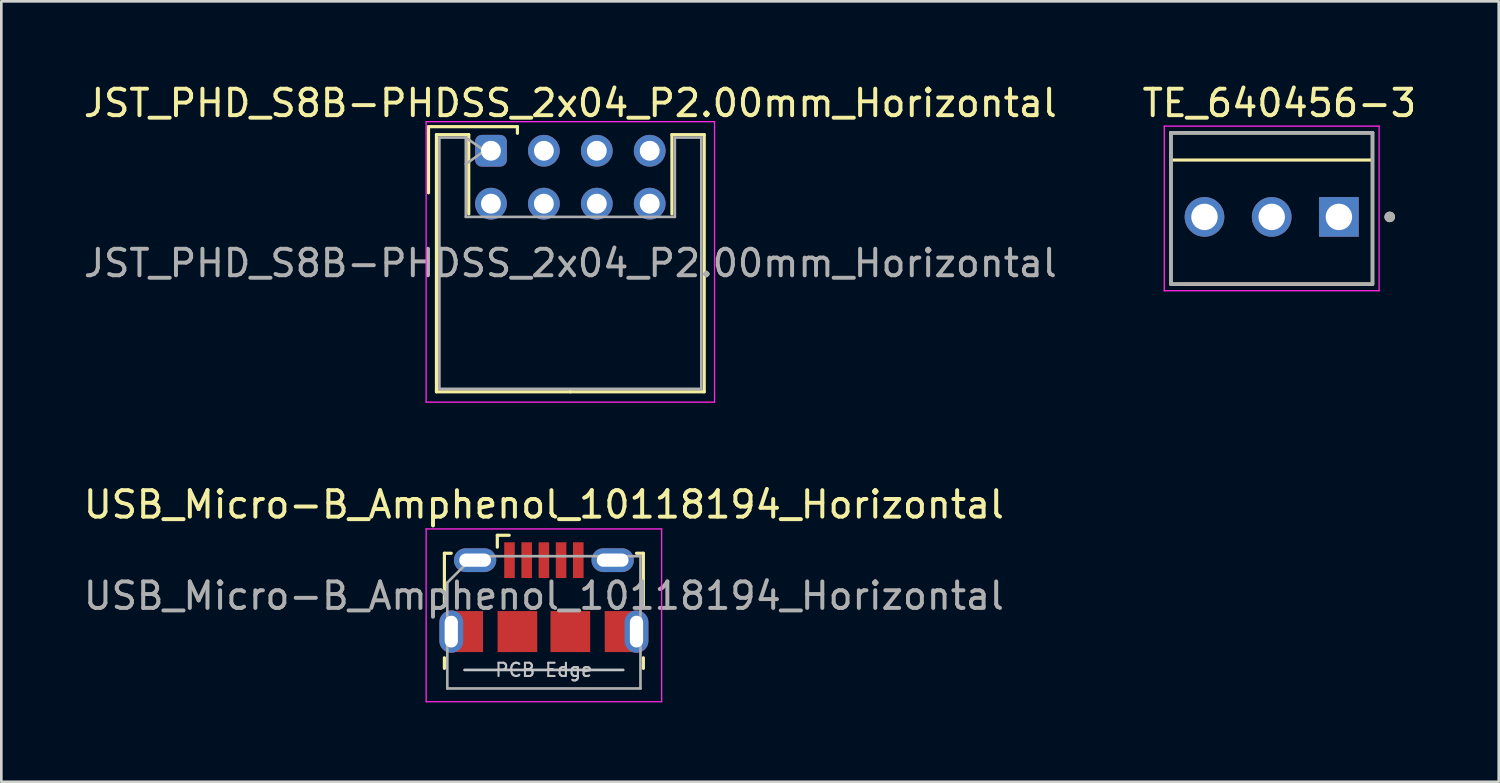
<source format=kicad_pcb>
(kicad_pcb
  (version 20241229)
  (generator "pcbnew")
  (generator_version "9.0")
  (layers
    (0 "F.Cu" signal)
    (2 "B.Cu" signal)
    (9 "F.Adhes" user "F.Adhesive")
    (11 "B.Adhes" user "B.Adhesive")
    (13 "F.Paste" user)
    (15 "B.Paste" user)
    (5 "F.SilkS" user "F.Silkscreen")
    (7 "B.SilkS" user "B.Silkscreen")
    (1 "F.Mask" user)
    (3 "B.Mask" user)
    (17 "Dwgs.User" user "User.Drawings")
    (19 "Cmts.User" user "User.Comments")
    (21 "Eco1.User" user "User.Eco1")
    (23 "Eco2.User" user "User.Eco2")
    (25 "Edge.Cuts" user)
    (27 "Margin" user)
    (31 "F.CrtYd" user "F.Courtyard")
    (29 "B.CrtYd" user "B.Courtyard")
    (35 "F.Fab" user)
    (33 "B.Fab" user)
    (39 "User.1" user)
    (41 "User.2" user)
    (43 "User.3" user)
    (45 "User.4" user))
  (footprint "USB_Micro-B_Amphenol_10118194_Horizontal"
    (layer "F.Cu")
    (at 17.506 19.521)
    (property "Reference" "USB_Micro-B_Amphenol_10118194_Horizontal" (at 0 -3.5 0) (layer "F.SilkS") (effects (font (size 1 1) (thickness 0.15))))
    (attr smd)
    (fp_line (start -3.76 -1.66) (end -3.5 -1.66) (stroke (width 0.12) (type solid)) (layer "F.SilkS"))
    (fp_line (start -3.76 0.32) (end -3.76 -1.66) (stroke (width 0.12) (type solid)) (layer "F.SilkS"))
    (fp_line (start -3.76 2.69) (end -3.76 2.29) (stroke (width 0.12) (type solid)) (layer "F.SilkS"))
    (fp_line (start -1.76 -1.89) (end -1.76 -2.34) (stroke (width 0.12) (type solid)) (layer "F.SilkS"))
    (fp_line (start -1.31 -2.34) (end -1.76 -2.34) (stroke (width 0.12) (type solid)) (layer "F.SilkS"))
    (fp_line (start 3.76 -1.66) (end 3.5 -1.66) (stroke (width 0.12) (type solid)) (layer "F.SilkS"))
    (fp_line (start 3.76 0.32) (end 3.76 -1.66) (stroke (width 0.12) (type solid)) (layer "F.SilkS"))
    (fp_line (start 3.76 2.29) (end 3.76 2.69) (stroke (width 0.12) (type solid)) (layer "F.SilkS"))
    (fp_line (start 3 2.75) (end -3 2.75) (stroke (width 0.1) (type solid)) (layer "Dwgs.User"))
    (fp_line (start -4.45 -2.58) (end -4.45 3.95) (stroke (width 0.05) (type solid)) (layer "F.CrtYd"))
    (fp_line (start -4.45 -2.58) (end 4.45 -2.58) (stroke (width 0.05) (type solid)) (layer "F.CrtYd"))
    (fp_line (start -4.45 3.95) (end 4.45 3.95) (stroke (width 0.05) (type solid)) (layer "F.CrtYd"))
    (fp_line (start 4.45 -2.58) (end 4.45 3.95) (stroke (width 0.05) (type solid)) (layer "F.CrtYd"))
    (fp_line (start -3.65 -0.55) (end -2.65 -1.55) (stroke (width 0.1) (type solid)) (layer "F.Fab"))
    (fp_line (start -3.65 3.45) (end -3.65 -0.55) (stroke (width 0.1) (type solid)) (layer "F.Fab"))
    (fp_line (start -2.65 -1.55) (end 3.65 -1.55) (stroke (width 0.1) (type solid)) (layer "F.Fab"))
    (fp_line (start 3.65 -1.55) (end 3.65 3.45) (stroke (width 0.1) (type solid)) (layer "F.Fab"))
    (fp_line (start 3.65 3.45) (end -3.65 3.45) (stroke (width 0.1) (type solid)) (layer "F.Fab"))
    (fp_text user "PCB Edge" (at 0 2.75 0) (layer "Dwgs.User") (effects (font (size 0.5 0.5) (thickness 0.08))))
    (fp_text user "${REFERENCE}" (at 0 -0.05 0) (layer "F.Fab") (effects (font (size 1 1) (thickness 0.15))))
    (pad "" smd oval (at -3.5 1.3) (size 0.89 1.55) (layers "F.Paste"))
    (pad "" smd oval (at -2.5 -1.4) (size 1.25 0.95) (layers "F.Paste"))
    (pad "" smd oval (at 2.5 -1.4) (size 1.25 0.95) (layers "F.Paste"))
    (pad "" smd oval (at 3.5 1.3) (size 0.89 1.55) (layers "F.Paste"))
    (pad "1" smd rect (at -1.3 -1.4) (size 0.4 1.35) (layers "F.Cu" "F.Mask" "F.Paste"))
    (pad "2" smd rect (at -0.65 -1.4) (size 0.4 1.35) (layers "F.Cu" "F.Mask" "F.Paste"))
    (pad "3" smd rect (at 0 -1.4) (size 0.4 1.35) (layers "F.Cu" "F.Mask" "F.Paste"))
    (pad "4" smd rect (at 0.65 -1.4) (size 0.4 1.35) (layers "F.Cu" "F.Mask" "F.Paste"))
    (pad "5" smd rect (at 1.3 -1.4) (size 0.4 1.35) (layers "F.Cu" "F.Mask" "F.Paste"))
    (pad "6" thru_hole oval (at -3.5 1.3) (size 0.9 1.6) (drill oval 0.5 1.2) (layers "*.Cu" "*.Mask"))
    (pad "6" smd rect (at -2.9 1.3) (size 1.2 1.55) (layers "F.Cu" "F.Mask" "F.Paste"))
    (pad "6" thru_hole oval (at -2.6 -1.4) (size 1.6 0.9) (drill oval 1.2 0.5) (layers "*.Cu" "*.Mask"))
    (pad "6" smd rect (at -1 1.3) (size 1.5 1.55) (layers "F.Cu" "F.Mask" "F.Paste"))
    (pad "6" smd rect (at 1 1.3) (size 1.5 1.55) (layers "F.Cu" "F.Mask" "F.Paste"))
    (pad "6" thru_hole oval (at 2.6 -1.4) (size 1.6 0.9) (drill oval 1.2 0.5) (layers "*.Cu" "*.Mask"))
    (pad "6" smd rect (at 2.9 1.3) (size 1.2 1.55) (layers "F.Cu" "F.Mask" "F.Paste"))
    (pad "6" thru_hole oval (at 3.5 1.3) (size 0.9 1.6) (drill oval 0.5 1.2) (layers "*.Cu" "*.Mask")))
  (footprint "TE_640456-3"
    (layer "F.Cu")
    (at 47.554 5.148)
    (property "Reference" "TE_640456-3" (at -2.25 -4.3 0) (layer "F.SilkS") (effects (font (size 1 1) (thickness 0.15))))
    (attr through_hole)
    (fp_line (start -6.35 2.54) (end -6.35 -3.18) (stroke (width 0.127) (type solid)) (layer "F.SilkS"))
    (fp_line (start -6.3 -2.15) (end 1.25 -2.15) (stroke (width 0.12) (type solid)) (layer "F.SilkS"))
    (fp_line (start 1.27 -3.18) (end -6.35 -3.18) (stroke (width 0.127) (type solid)) (layer "F.SilkS"))
    (fp_line (start 1.27 -3.18) (end 1.27 2.54) (stroke (width 0.127) (type solid)) (layer "F.SilkS"))
    (fp_line (start 1.27 2.54) (end -6.35 2.54) (stroke (width 0.127) (type solid)) (layer "F.SilkS"))
    (fp_circle (center 1.92 0) (end 2.02 0) (stroke (width 0.2) (type solid)) (fill no) (layer "F.SilkS"))
    (fp_line (start -6.6 -3.43) (end 1.52 -3.43) (stroke (width 0.05) (type solid)) (layer "F.CrtYd"))
    (fp_line (start -6.6 2.79) (end -6.6 -3.43) (stroke (width 0.05) (type solid)) (layer "F.CrtYd"))
    (fp_line (start 1.52 -3.43) (end 1.52 2.79) (stroke (width 0.05) (type solid)) (layer "F.CrtYd"))
    (fp_line (start 1.52 2.79) (end -6.6 2.79) (stroke (width 0.05) (type solid)) (layer "F.CrtYd"))
    (fp_line (start -6.35 -3.18) (end 1.27 -3.18) (stroke (width 0.127) (type solid)) (layer "F.Fab"))
    (fp_line (start -6.35 -3.18) (end 1.27 -3.18) (stroke (width 0.127) (type solid)) (layer "F.Fab"))
    (fp_line (start -6.35 2.54) (end -6.35 -3.18) (stroke (width 0.127) (type solid)) (layer "F.Fab"))
    (fp_line (start -6.35 2.54) (end -6.35 -3.18) (stroke (width 0.127) (type solid)) (layer "F.Fab"))
    (fp_line (start 1.27 -3.18) (end 1.27 2.54) (stroke (width 0.127) (type solid)) (layer "F.Fab"))
    (fp_line (start 1.27 -3.18) (end 1.27 2.54) (stroke (width 0.127) (type solid)) (layer "F.Fab"))
    (fp_line (start 1.27 2.54) (end -6.35 2.54) (stroke (width 0.127) (type solid)) (layer "F.Fab"))
    (fp_circle (center 1.92 0) (end 2.02 0) (stroke (width 0.2) (type solid)) (fill no) (layer "F.Fab"))
    (pad "1" thru_hole rect (at 0 0) (size 1.5 1.5) (drill 1) (layers "*.Cu" "*.Mask"))
    (pad "2" thru_hole circle (at -2.54 0) (size 1.5 1.5) (drill 1) (layers "*.Cu" "*.Mask"))
    (pad "3" thru_hole circle (at -5.08 0) (size 1.5 1.5) (drill 1) (layers "*.Cu" "*.Mask")))
  (footprint "JST_PHD_S8B-PHDSS_2x04_P2.00mm_Horizontal"
    (layer "F.Cu")
    (at 15.506 2.648)
    (property "Reference" "JST_PHD_S8B-PHDSS_2x04_P2.00mm_Horizontal" (at 3 -1.8 0) (layer "F.SilkS") (effects (font (size 1 1) (thickness 0.15))))
    (attr through_hole)
    (fp_line (start -2.36 -0.91) (end -2.36 1.59) (stroke (width 0.12) (type solid)) (layer "F.SilkS"))
    (fp_line (start -2.06 -0.61) (end -2.06 9.11) (stroke (width 0.12) (type solid)) (layer "F.SilkS"))
    (fp_line (start -2.06 9.11) (end 3 9.11) (stroke (width 0.12) (type solid)) (layer "F.SilkS"))
    (fp_line (start -0.84 -0.61) (end -2.06 -0.61) (stroke (width 0.12) (type solid)) (layer "F.SilkS"))
    (fp_line (start -0.84 2.39) (end -0.84 -0.61) (stroke (width 0.12) (type solid)) (layer "F.SilkS"))
    (fp_line (start 1 -0.91) (end -2.36 -0.91) (stroke (width 0.12) (type solid)) (layer "F.SilkS"))
    (fp_line (start 1 -0.66) (end 1 -0.91) (stroke (width 0.12) (type solid)) (layer "F.SilkS"))
    (fp_line (start 6.84 -0.61) (end 8.06 -0.61) (stroke (width 0.12) (type solid)) (layer "F.SilkS"))
    (fp_line (start 6.84 2.39) (end 6.84 -0.61) (stroke (width 0.12) (type solid)) (layer "F.SilkS"))
    (fp_line (start 8.06 -0.61) (end 8.06 9.11) (stroke (width 0.12) (type solid)) (layer "F.SilkS"))
    (fp_line (start 8.06 9.11) (end 3 9.11) (stroke (width 0.12) (type solid)) (layer "F.SilkS"))
    (fp_line (start -2.45 -1.1) (end -2.45 9.5) (stroke (width 0.05) (type solid)) (layer "F.CrtYd"))
    (fp_line (start -2.45 9.5) (end 8.45 9.5) (stroke (width 0.05) (type solid)) (layer "F.CrtYd"))
    (fp_line (start 8.45 -1.1) (end -2.45 -1.1) (stroke (width 0.05) (type solid)) (layer "F.CrtYd"))
    (fp_line (start 8.45 9.5) (end 8.45 -1.1) (stroke (width 0.05) (type solid)) (layer "F.CrtYd"))
    (fp_line (start -1.95 -0.5) (end -0.95 -0.5) (stroke (width 0.1) (type solid)) (layer "F.Fab"))
    (fp_line (start -1.95 9) (end -1.95 -0.5) (stroke (width 0.1) (type solid)) (layer "F.Fab"))
    (fp_line (start -0.95 -0.5) (end -0.95 2.5) (stroke (width 0.1) (type solid)) (layer "F.Fab"))
    (fp_line (start -0.95 -0.5) (end -0.243 0) (stroke (width 0.1) (type solid)) (layer "F.Fab"))
    (fp_line (start -0.95 2.5) (end 6.95 2.5) (stroke (width 0.1) (type solid)) (layer "F.Fab"))
    (fp_line (start -0.243 0) (end -0.95 0.5) (stroke (width 0.1) (type solid)) (layer "F.Fab"))
    (fp_line (start 6.95 -0.5) (end 7.95 -0.5) (stroke (width 0.1) (type solid)) (layer "F.Fab"))
    (fp_line (start 6.95 2.5) (end 6.95 -0.5) (stroke (width 0.1) (type solid)) (layer "F.Fab"))
    (fp_line (start 7.95 -0.5) (end 7.95 9) (stroke (width 0.1) (type solid)) (layer "F.Fab"))
    (fp_line (start 7.95 9) (end -1.95 9) (stroke (width 0.1) (type solid)) (layer "F.Fab"))
    (fp_text user "${REFERENCE}" (at 3 4.25 0) (layer "F.Fab") (effects (font (size 1 1) (thickness 0.15))))
    (pad "1" thru_hole roundrect (at 0 0) (size 1.2 1.2) (drill 0.75) (layers "*.Cu" "*.Mask") (roundrect_rratio 0.208))
    (pad "2" thru_hole circle (at 0 2) (size 1.2 1.2) (drill 0.75) (layers "*.Cu" "*.Mask"))
    (pad "3" thru_hole circle (at 2 0) (size 1.2 1.2) (drill 0.75) (layers "*.Cu" "*.Mask"))
    (pad "4" thru_hole circle (at 2 2) (size 1.2 1.2) (drill 0.75) (layers "*.Cu" "*.Mask"))
    (pad "5" thru_hole circle (at 4 0) (size 1.2 1.2) (drill 0.75) (layers "*.Cu" "*.Mask"))
    (pad "6" thru_hole circle (at 4 2) (size 1.2 1.2) (drill 0.75) (layers "*.Cu" "*.Mask"))
    (pad "7" thru_hole circle (at 6 0) (size 1.2 1.2) (drill 0.75) (layers "*.Cu" "*.Mask"))
    (pad "8" thru_hole circle (at 6 2) (size 1.2 1.2) (drill 0.75) (layers "*.Cu" "*.Mask")))
  (gr_rect
    (start -3 -3)
    (end 53.595 26.497)
    (stroke (width 0.1) (type default))
    (fill no)
    (layer "Edge.Cuts")))
</source>
